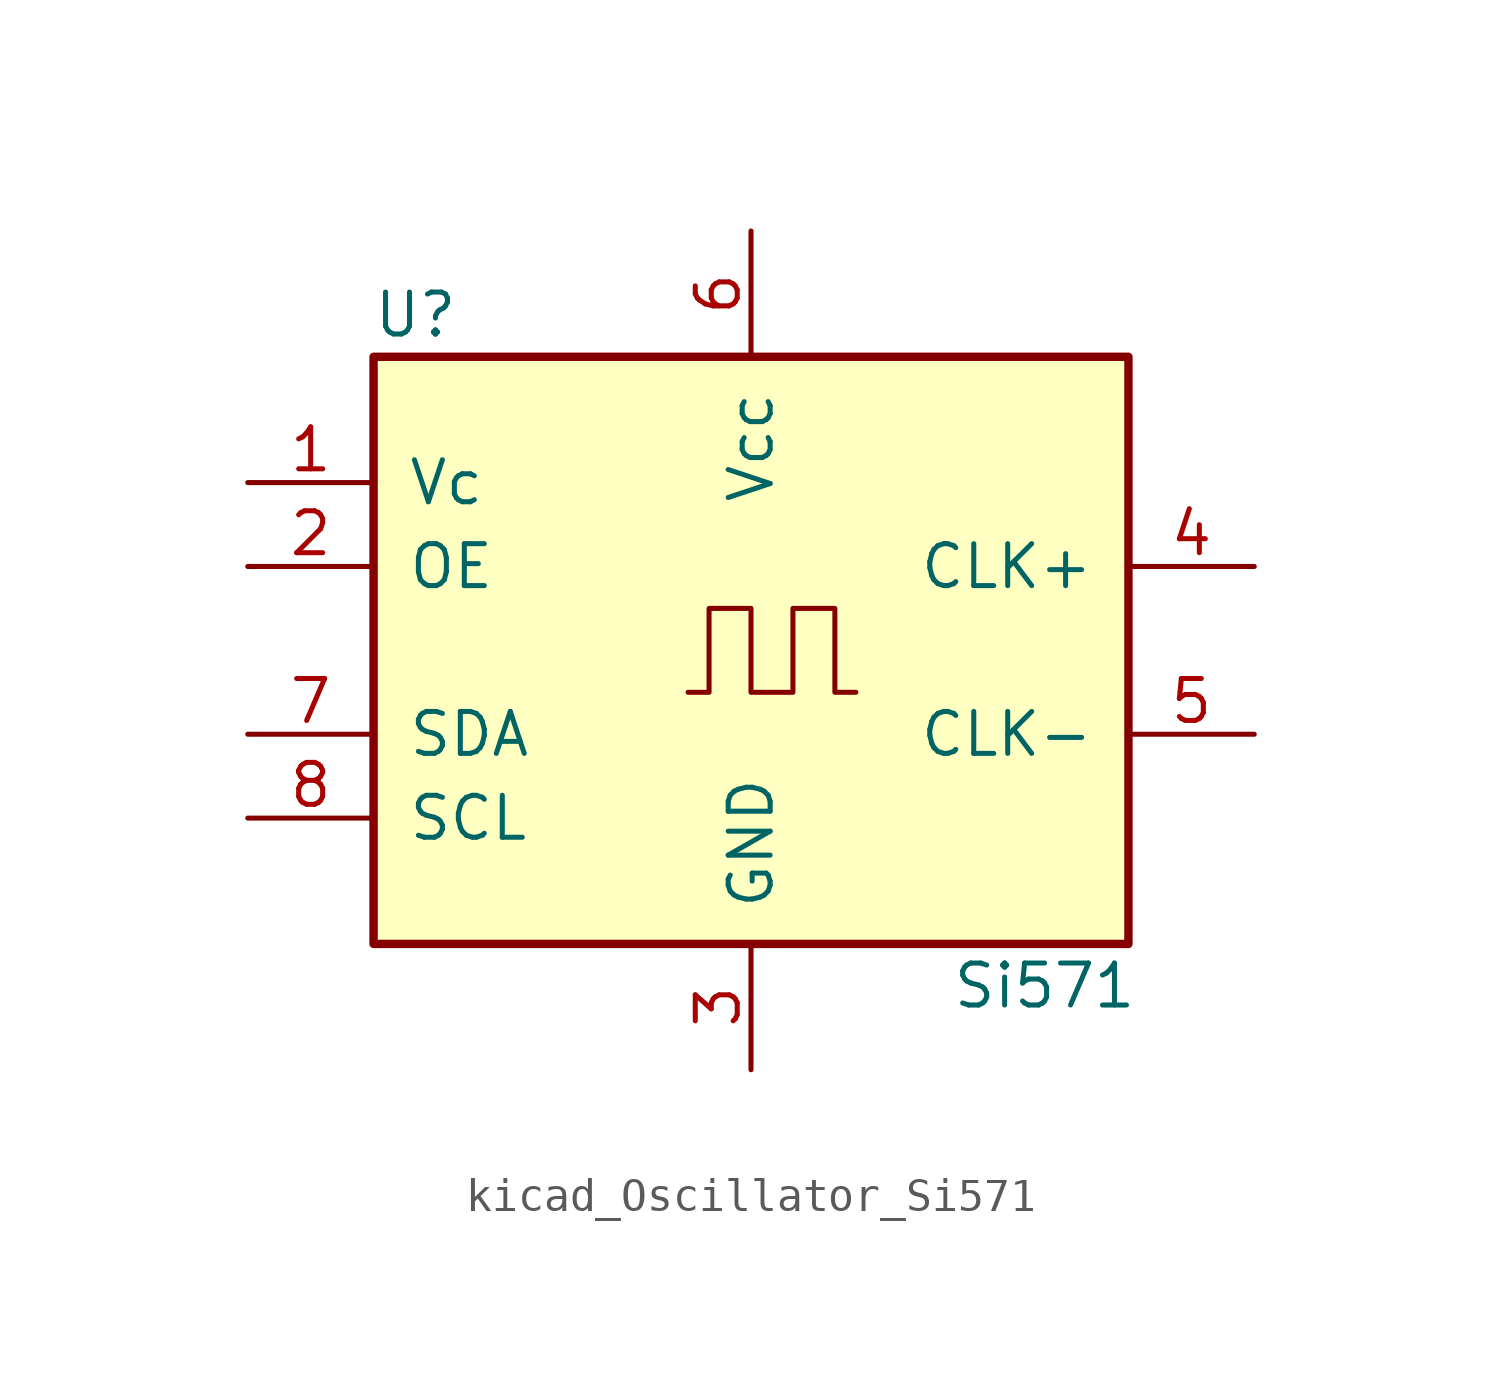
<source format=kicad_sym>
(kicad_symbol_lib
  (version 20220914)
  (generator kicad_symbol_editor)
  (symbol "kicad_Oscillator_Si571"
    (pin_names
      (offset 1.016))
    (property "Reference" "U"
      (at -10.16 10.16 0)
      (effects (font (size 1.27 1.27))))
    (property "Value" "Si571"
      (at 8.89 -10.16 0)
      (effects (font (size 1.27 1.27))))
    (symbol "kicad_Oscillator_Si571_0_1"
      (rectangle (start -11.43 8.89) (end 11.43 -8.89) (stroke (width 0.254) (type default)) (fill (type background)))
      (polyline (pts (xy -1.905 -1.27) (xy -1.27 -1.27) (xy -1.27 1.27) (xy 0 1.27) (xy 0 -1.27) (xy 1.27 -1.27) (xy 1.27 1.27) (xy 2.54 1.27) (xy 2.54 -1.27) (xy 3.175 -1.27)) (stroke (width 0) (type default)) (fill (type none))))
    (symbol "kicad_Oscillator_Si571_1_1"
      (pin input line (at -15.24 5.08 0) (length 3.81) (name "Vc" (effects (font (size 1.27 1.27)))) (number "1" (effects (font (size 1.27 1.27)))))
      (pin input line (at -15.24 2.54 0) (length 3.81) (name "OE" (effects (font (size 1.27 1.27)))) (number "2" (effects (font (size 1.27 1.27)))))
      (pin power_in line (at 0 -12.7 90) (length 3.81) (name "GND" (effects (font (size 1.27 1.27)))) (number "3" (effects (font (size 1.27 1.27)))))
      (pin output line (at 15.24 2.54 180) (length 3.81) (name "CLK+" (effects (font (size 1.27 1.27)))) (number "4" (effects (font (size 1.27 1.27)))))
      (pin output line (at 15.24 -2.54 180) (length 3.81) (name "CLK-" (effects (font (size 1.27 1.27)))) (number "5" (effects (font (size 1.27 1.27)))))
      (pin power_in line (at 0 12.7 270) (length 3.81) (name "Vcc" (effects (font (size 1.27 1.27)))) (number "6" (effects (font (size 1.27 1.27)))))
      (pin bidirectional line (at -15.24 -2.54 0) (length 3.81) (name "SDA" (effects (font (size 1.27 1.27)))) (number "7" (effects (font (size 1.27 1.27)))))
      (pin input line (at -15.24 -5.08 0) (length 3.81) (name "SCL" (effects (font (size 1.27 1.27)))) (number "8" (effects (font (size 1.27 1.27))))))))
</source>
